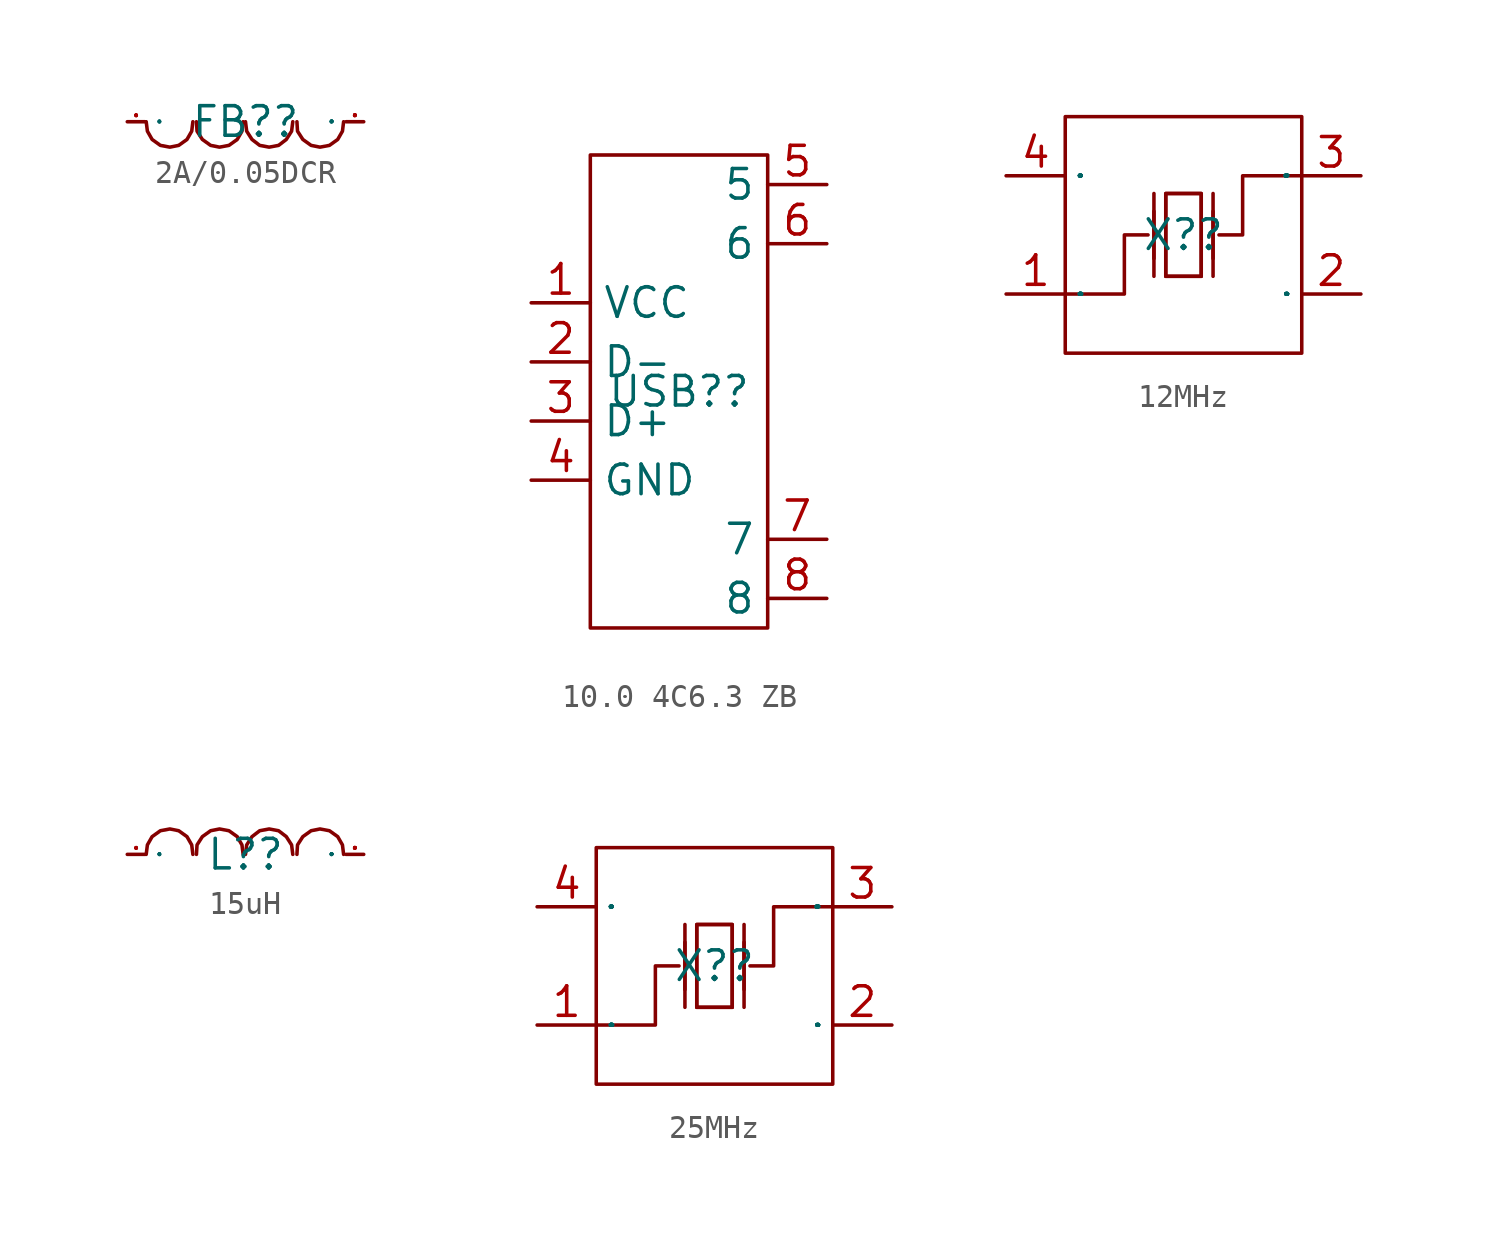
<source format=kicad_sym>
(kicad_symbol_lib
  (version 20231120)
  (generator "kicad_symbol_editor")
  (generator_version "8.0")
  (symbol "2A/0.05DCR"
    (property "Reference" "FB?"
      (at 0 0 0)
      (effects (font (size 1.27 1.27))))
    (property "Value" ""
      (at 0 0 0)
      (effects (font (size 1.27 1.27))))
    (symbol "2A/0.05DCR_1_0"
      (polyline (pts (xy -4.267 0) (xy -4.216 -0.406) (xy -4.216 -0.406) (xy -4.013 -0.762) (xy -4.013 -0.762) (xy -3.658 -1.016) (xy -3.658 -1.016) (xy -3.251 -1.092) (xy -3.251 -1.092) (xy -2.87 -1.016) (xy -2.87 -1.016) (xy -2.515 -0.762) (xy -2.515 -0.762) (xy -2.311 -0.406) (xy -2.311 -0.406) (xy -2.261 0)) (stroke (width 0) (type default)) (fill (type none)))
      (polyline (pts (xy -2.108 0) (xy -2.083 -0.406) (xy -2.083 -0.406) (xy -1.854 -0.762) (xy -1.854 -0.762) (xy -1.499 -1.016) (xy -1.499 -1.016) (xy -1.118 -1.092) (xy -1.118 -1.092) (xy -0.711 -1.016) (xy -0.711 -1.016) (xy -0.356 -0.762) (xy -0.356 -0.762) (xy -0.152 -0.406) (xy -0.152 -0.406) (xy -0.102 0)) (stroke (width 0) (type default)) (fill (type none)))
      (polyline (pts (xy 0 0) (xy 0.051 -0.406) (xy 0.051 -0.406) (xy 0.279 -0.762) (xy 0.279 -0.762) (xy 0.61 -1.016) (xy 0.61 -1.016) (xy 1.016 -1.092) (xy 1.016 -1.092) (xy 1.422 -1.016) (xy 1.422 -1.016) (xy 1.753 -0.762) (xy 1.753 -0.762) (xy 1.981 -0.406) (xy 1.981 -0.406) (xy 2.032 0)) (stroke (width 0) (type default)) (fill (type none)))
      (polyline (pts (xy 2.21 0) (xy 2.235 -0.406) (xy 2.235 -0.406) (xy 2.464 -0.762) (xy 2.464 -0.762) (xy 2.819 -1.016) (xy 2.819 -1.016) (xy 3.2 -1.092) (xy 3.2 -1.092) (xy 3.607 -1.016) (xy 3.607 -1.016) (xy 3.962 -0.762) (xy 3.962 -0.762) (xy 4.166 -0.406) (xy 4.166 -0.406) (xy 4.216 0)) (stroke (width 0) (type default)) (fill (type none)))
      (pin unspecified line (at -5.08 0 0) (length 0.762) (name "1" (effects (font (size 0.025 0.025)))) (number "1" (effects (font (size 0.025 0.025)))))
      (pin unspecified line (at 5.08 0 180) (length 0.762) (name "2" (effects (font (size 0.025 0.025)))) (number "2" (effects (font (size 0.025 0.025)))))))
  (symbol "10.0 4C6.3 ZB"
    (property "Reference" "USB?"
      (at 0 0 0)
      (effects (font (size 1.27 1.27))))
    (property "Value" ""
      (at 0 0 0)
      (effects (font (size 1.27 1.27))))
    (symbol "10.0 4C6.3 ZB_1_0"
      (rectangle (start -3.81 -10.16) (end 3.81 10.16) (stroke (width 0) (type default)) (fill (type none)))
      (pin unspecified line (at -6.35 3.81 0) (length 2.54) (name "VCC" (effects (font (size 1.27 1.27)))) (number "1" (effects (font (size 1.27 1.27)))))
      (pin unspecified line (at -6.35 1.27 0) (length 2.54) (name "D-" (effects (font (size 1.27 1.27)))) (number "2" (effects (font (size 1.27 1.27)))))
      (pin unspecified line (at -6.35 -1.27 0) (length 2.54) (name "D+" (effects (font (size 1.27 1.27)))) (number "3" (effects (font (size 1.27 1.27)))))
      (pin unspecified line (at -6.35 -3.81 0) (length 2.54) (name "GND" (effects (font (size 1.27 1.27)))) (number "4" (effects (font (size 1.27 1.27)))))
      (pin unspecified line (at 6.35 8.89 180) (length 2.54) (name "5" (effects (font (size 1.27 1.27)))) (number "5" (effects (font (size 1.27 1.27)))))
      (pin unspecified line (at 6.35 6.35 180) (length 2.54) (name "6" (effects (font (size 1.27 1.27)))) (number "6" (effects (font (size 1.27 1.27)))))
      (pin unspecified line (at 6.35 -6.35 180) (length 2.54) (name "7" (effects (font (size 1.27 1.27)))) (number "7" (effects (font (size 1.27 1.27)))))
      (pin unspecified line (at 6.35 -8.89 180) (length 2.54) (name "8" (effects (font (size 1.27 1.27)))) (number "8" (effects (font (size 1.27 1.27)))))))
  (symbol "12MHz"
    (property "Reference" "X?"
      (at 0 0 0)
      (effects (font (size 1.27 1.27))))
    (property "Value" ""
      (at 0 0 0)
      (effects (font (size 1.27 1.27))))
    (symbol "12MHz_1_0"
      (rectangle (start -5.08 -5.08) (end 5.08 5.08) (stroke (width 0) (type default)) (fill (type none)))
      (polyline (pts (xy -1.27 -1.778) (xy -1.27 1.778)) (stroke (width 0) (type default)) (fill (type none)))
      (polyline (pts (xy -1.27 -1.016) (xy -1.27 1.016)) (stroke (width 0) (type default)) (fill (type none)))
      (polyline (pts (xy 0.762 -1.778) (xy -0.762 -1.778)) (stroke (width 0) (type default)) (fill (type none)))
      (polyline (pts (xy 1.27 -1.778) (xy 1.27 1.778)) (stroke (width 0) (type default)) (fill (type none)))
      (polyline (pts (xy 1.27 -1.016) (xy 1.27 1.016)) (stroke (width 0) (type default)) (fill (type none)))
      (polyline (pts (xy -5.08 -2.54) (xy -2.54 -2.54) (xy -2.54 -2.54) (xy -2.54 0) (xy -2.54 0) (xy -1.524 0)) (stroke (width 0) (type default)) (fill (type none)))
      (polyline (pts (xy -0.762 -1.778) (xy -0.762 1.778) (xy -0.762 1.778) (xy 0.762 1.778) (xy 0.762 1.778) (xy 0.762 -1.778)) (stroke (width 0) (type default)) (fill (type none)))
      (polyline (pts (xy 5.08 2.54) (xy 2.54 2.54) (xy 2.54 2.54) (xy 2.54 0) (xy 2.54 0) (xy 1.524 0)) (stroke (width 0) (type default)) (fill (type none)))
      (polyline (pts (xy 0.762 1.778) (xy 0.762 -1.778) (xy 0.762 -1.778) (xy -0.762 -1.778) (xy -0.762 -1.778) (xy -0.762 1.778) (xy -0.762 1.778) (xy 0.762 1.778)) (stroke (width 0) (type default)) (fill (type none)))
      (pin unspecified line (at -7.62 -2.54 0) (length 2.54) (name "OSC1" (effects (font (size 0.025 0.025)))) (number "1" (effects (font (size 1.27 1.27)))))
      (pin unspecified line (at 7.62 -2.54 180) (length 2.54) (name "GND" (effects (font (size 0.025 0.025)))) (number "2" (effects (font (size 1.27 1.27)))))
      (pin unspecified line (at 7.62 2.54 180) (length 2.54) (name "OSC2" (effects (font (size 0.025 0.025)))) (number "3" (effects (font (size 1.27 1.27)))))
      (pin unspecified line (at -7.62 2.54 0) (length 2.54) (name "GND" (effects (font (size 0.025 0.025)))) (number "4" (effects (font (size 1.27 1.27)))))))
  (symbol "15uH"
    (property "Reference" "L?"
      (at 0 0 0)
      (effects (font (size 1.27 1.27))))
    (property "Value" ""
      (at 0 0 0)
      (effects (font (size 1.27 1.27))))
    (symbol "15uH_1_0"
      (polyline (pts (xy -4.267 0) (xy -4.216 0.406) (xy -4.216 0.406) (xy -4.013 0.762) (xy -4.013 0.762) (xy -3.658 1.016) (xy -3.658 1.016) (xy -3.251 1.092) (xy -3.251 1.092) (xy -2.87 1.016) (xy -2.87 1.016) (xy -2.515 0.762) (xy -2.515 0.762) (xy -2.311 0.406) (xy -2.311 0.406) (xy -2.261 0)) (stroke (width 0) (type default)) (fill (type none)))
      (polyline (pts (xy -2.108 0) (xy -2.083 0.406) (xy -2.083 0.406) (xy -1.854 0.762) (xy -1.854 0.762) (xy -1.499 1.016) (xy -1.499 1.016) (xy -1.118 1.092) (xy -1.118 1.092) (xy -0.711 1.016) (xy -0.711 1.016) (xy -0.356 0.762) (xy -0.356 0.762) (xy -0.152 0.406) (xy -0.152 0.406) (xy -0.102 0)) (stroke (width 0) (type default)) (fill (type none)))
      (polyline (pts (xy 0 0) (xy 0.051 0.406) (xy 0.051 0.406) (xy 0.279 0.762) (xy 0.279 0.762) (xy 0.61 1.016) (xy 0.61 1.016) (xy 1.016 1.092) (xy 1.016 1.092) (xy 1.422 1.016) (xy 1.422 1.016) (xy 1.753 0.762) (xy 1.753 0.762) (xy 1.981 0.406) (xy 1.981 0.406) (xy 2.032 0)) (stroke (width 0) (type default)) (fill (type none)))
      (polyline (pts (xy 2.21 0) (xy 2.235 0.406) (xy 2.235 0.406) (xy 2.464 0.762) (xy 2.464 0.762) (xy 2.819 1.016) (xy 2.819 1.016) (xy 3.2 1.092) (xy 3.2 1.092) (xy 3.607 1.016) (xy 3.607 1.016) (xy 3.962 0.762) (xy 3.962 0.762) (xy 4.166 0.406) (xy 4.166 0.406) (xy 4.216 0)) (stroke (width 0) (type default)) (fill (type none)))
      (pin unspecified line (at -5.08 0 0) (length 0.762) (name "1" (effects (font (size 0.025 0.025)))) (number "1" (effects (font (size 0.025 0.025)))))
      (pin unspecified line (at 5.08 0 180) (length 0.762) (name "2" (effects (font (size 0.025 0.025)))) (number "2" (effects (font (size 0.025 0.025)))))))
  (symbol "25MHz"
    (property "Reference" "X?"
      (at 0 0 0)
      (effects (font (size 1.27 1.27))))
    (property "Value" ""
      (at 0 0 0)
      (effects (font (size 1.27 1.27))))
    (symbol "25MHz_1_0"
      (rectangle (start -5.08 -5.08) (end 5.08 5.08) (stroke (width 0) (type default)) (fill (type none)))
      (polyline (pts (xy -1.27 -1.778) (xy -1.27 1.778)) (stroke (width 0) (type default)) (fill (type none)))
      (polyline (pts (xy -1.27 -1.016) (xy -1.27 1.016)) (stroke (width 0) (type default)) (fill (type none)))
      (polyline (pts (xy 0.762 -1.778) (xy -0.762 -1.778)) (stroke (width 0) (type default)) (fill (type none)))
      (polyline (pts (xy 1.27 -1.778) (xy 1.27 1.778)) (stroke (width 0) (type default)) (fill (type none)))
      (polyline (pts (xy 1.27 -1.016) (xy 1.27 1.016)) (stroke (width 0) (type default)) (fill (type none)))
      (polyline (pts (xy -5.08 -2.54) (xy -2.54 -2.54) (xy -2.54 -2.54) (xy -2.54 0) (xy -2.54 0) (xy -1.524 0)) (stroke (width 0) (type default)) (fill (type none)))
      (polyline (pts (xy -0.762 -1.778) (xy -0.762 1.778) (xy -0.762 1.778) (xy 0.762 1.778) (xy 0.762 1.778) (xy 0.762 -1.778)) (stroke (width 0) (type default)) (fill (type none)))
      (polyline (pts (xy 5.08 2.54) (xy 2.54 2.54) (xy 2.54 2.54) (xy 2.54 0) (xy 2.54 0) (xy 1.524 0)) (stroke (width 0) (type default)) (fill (type none)))
      (polyline (pts (xy 0.762 1.778) (xy 0.762 -1.778) (xy 0.762 -1.778) (xy -0.762 -1.778) (xy -0.762 -1.778) (xy -0.762 1.778) (xy -0.762 1.778) (xy 0.762 1.778)) (stroke (width 0) (type default)) (fill (type none)))
      (pin unspecified line (at -7.62 -2.54 0) (length 2.54) (name "OSC1" (effects (font (size 0.025 0.025)))) (number "1" (effects (font (size 1.27 1.27)))))
      (pin unspecified line (at 7.62 -2.54 180) (length 2.54) (name "GND" (effects (font (size 0.025 0.025)))) (number "2" (effects (font (size 1.27 1.27)))))
      (pin unspecified line (at 7.62 2.54 180) (length 2.54) (name "OSC2" (effects (font (size 0.025 0.025)))) (number "3" (effects (font (size 1.27 1.27)))))
      (pin unspecified line (at -7.62 2.54 0) (length 2.54) (name "GND" (effects (font (size 0.025 0.025)))) (number "4" (effects (font (size 1.27 1.27))))))))
</source>
